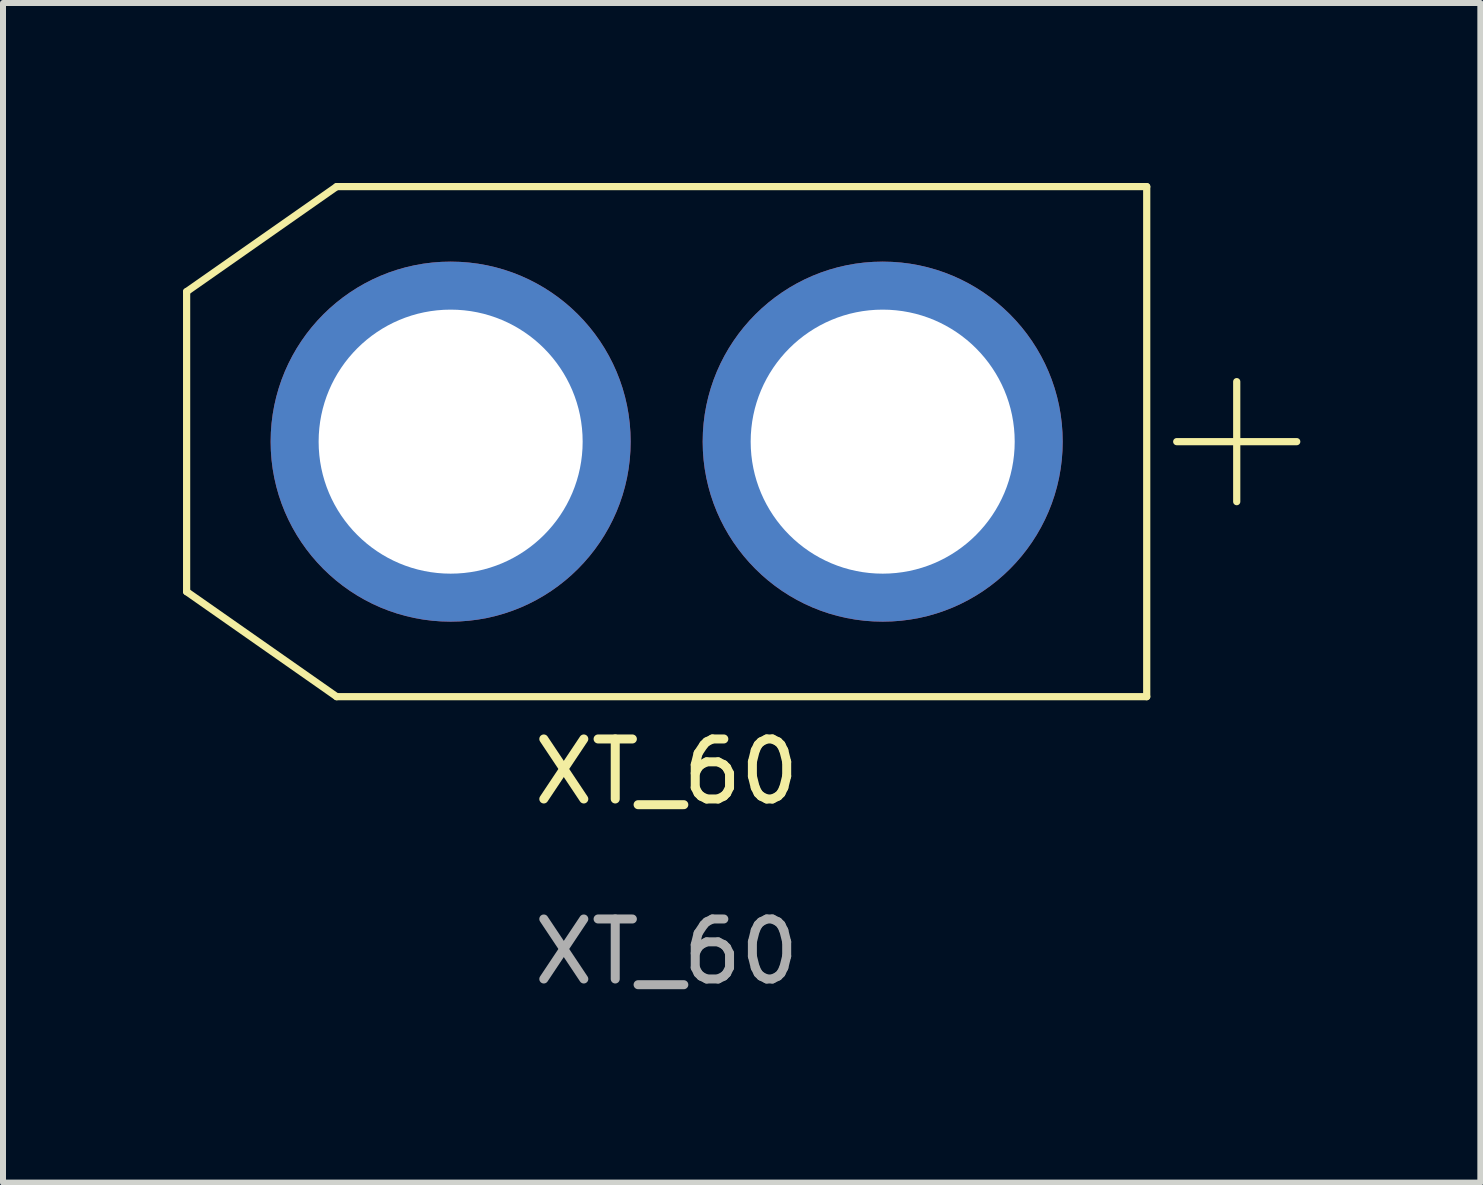
<source format=kicad_pcb>
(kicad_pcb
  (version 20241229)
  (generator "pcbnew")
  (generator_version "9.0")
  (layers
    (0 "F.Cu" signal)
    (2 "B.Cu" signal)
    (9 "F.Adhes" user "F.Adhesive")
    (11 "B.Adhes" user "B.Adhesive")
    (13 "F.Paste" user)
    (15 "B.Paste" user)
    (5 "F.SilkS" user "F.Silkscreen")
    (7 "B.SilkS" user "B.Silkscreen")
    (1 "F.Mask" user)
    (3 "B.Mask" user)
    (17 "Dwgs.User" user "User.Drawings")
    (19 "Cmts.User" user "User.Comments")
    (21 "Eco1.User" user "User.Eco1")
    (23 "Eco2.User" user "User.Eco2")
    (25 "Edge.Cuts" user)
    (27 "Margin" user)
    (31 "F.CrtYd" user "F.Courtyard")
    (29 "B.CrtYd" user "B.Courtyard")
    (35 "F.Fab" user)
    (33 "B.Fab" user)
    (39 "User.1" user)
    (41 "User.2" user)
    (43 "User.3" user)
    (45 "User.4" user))
  (footprint "XT_60"
    (layer "F.Cu")
    (at 8.06 4.31)
    (property "Reference" "XT_60" (at 0 5.5 0) (unlocked yes) (layer "F.SilkS") (effects (font (size 1 1) (thickness 0.15))))
    (attr smd)
    (fp_line (start -8 -2.5) (end -5.5 -4.25) (stroke (width 0.12) (type default)) (layer "F.SilkS"))
    (fp_line (start -8 2.5) (end -8 -2.5) (stroke (width 0.12) (type default)) (layer "F.SilkS"))
    (fp_line (start -8 2.5) (end -5.5 4.25) (stroke (width 0.12) (type default)) (layer "F.SilkS"))
    (fp_line (start -5.5 4.25) (end 8 4.25) (stroke (width 0.12) (type default)) (layer "F.SilkS"))
    (fp_line (start 8 -4.25) (end -5.5 -4.25) (stroke (width 0.12) (type default)) (layer "F.SilkS"))
    (fp_line (start 8 -4.25) (end 8 4.25) (stroke (width 0.12) (type default)) (layer "F.SilkS"))
    (fp_line (start 8.5 0) (end 10.5 0) (stroke (width 0.12) (type default)) (layer "F.SilkS"))
    (fp_line (start 9.5 1) (end 9.5 -1) (stroke (width 0.12) (type default)) (layer "F.SilkS"))
    (fp_text user "${REFERENCE}" (at 0 8.5 0) (unlocked yes) (layer "F.Fab") (effects (font (size 1 1) (thickness 0.15))))
    (pad "1" thru_hole circle (at -3.6 0) (size 6 6) (drill 4.4) (layers "*.Cu" "*.Mask"))
    (pad "2" thru_hole circle (at 3.6 0) (size 6 6) (drill 4.4) (layers "*.Cu" "*.Mask")))
  (gr_rect
    (start -3 -3)
    (end 21.62 16.658)
    (stroke (width 0.1) (type default))
    (fill no)
    (layer "Edge.Cuts")))
</source>
